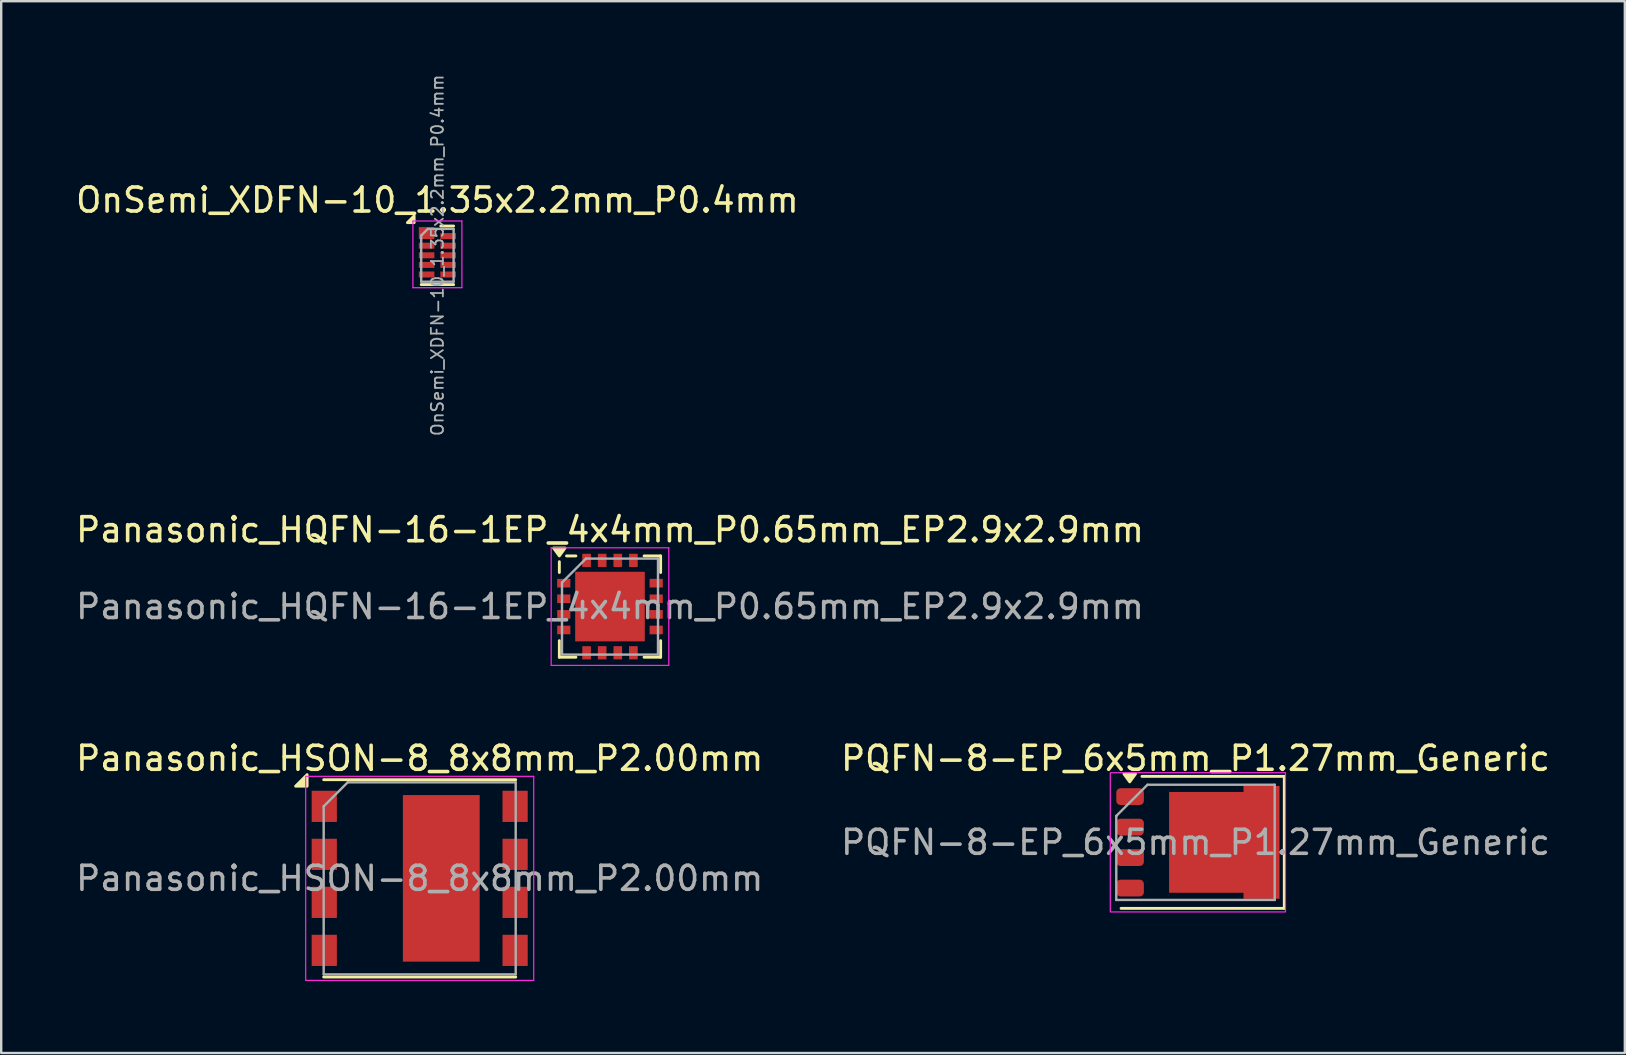
<source format=kicad_pcb>
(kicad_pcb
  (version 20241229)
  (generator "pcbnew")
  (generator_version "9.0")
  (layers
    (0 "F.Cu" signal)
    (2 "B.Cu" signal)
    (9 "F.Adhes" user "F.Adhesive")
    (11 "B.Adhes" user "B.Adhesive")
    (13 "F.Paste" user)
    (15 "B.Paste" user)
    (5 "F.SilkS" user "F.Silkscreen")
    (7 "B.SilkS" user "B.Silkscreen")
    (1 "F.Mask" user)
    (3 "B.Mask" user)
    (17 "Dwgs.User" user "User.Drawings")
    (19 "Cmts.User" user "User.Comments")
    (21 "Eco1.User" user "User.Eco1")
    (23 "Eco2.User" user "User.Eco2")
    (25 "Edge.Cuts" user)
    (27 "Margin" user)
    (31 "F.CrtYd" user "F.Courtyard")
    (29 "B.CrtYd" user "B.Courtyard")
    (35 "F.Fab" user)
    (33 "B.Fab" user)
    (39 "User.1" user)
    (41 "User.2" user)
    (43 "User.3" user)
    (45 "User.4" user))
  (footprint "Panasonic_HSON-8_8x8mm_P2.00mm"
    (layer "F.Cu")
    (at 14.435 33.544)
    (property "Reference" "Panasonic_HSON-8_8x8mm_P2.00mm" (at 0 -5 0) (layer "F.SilkS") (effects (font (size 1 1) (thickness 0.15))))
    (attr smd)
    (fp_line (start 4 -4.11) (end -4 -4.11) (stroke (width 0.12) (type solid)) (layer "F.SilkS"))
    (fp_line (start 4 4.11) (end -4 4.11) (stroke (width 0.12) (type solid)) (layer "F.SilkS"))
    (fp_poly (pts (xy -4.69 -3.84) (xy -5.17 -3.84) (xy -4.69 -4.32) (xy -4.69 -3.84)) (stroke (width 0.12) (type solid)) (fill yes) (layer "F.SilkS"))
    (fp_line (start -4.75 -4.25) (end 4.75 -4.25) (stroke (width 0.05) (type solid)) (layer "F.CrtYd"))
    (fp_line (start -4.75 4.25) (end -4.75 -4.25) (stroke (width 0.05) (type solid)) (layer "F.CrtYd"))
    (fp_line (start -4.75 4.25) (end 4.75 4.25) (stroke (width 0.05) (type solid)) (layer "F.CrtYd"))
    (fp_line (start 4.75 -4.25) (end 4.75 4.25) (stroke (width 0.05) (type solid)) (layer "F.CrtYd"))
    (fp_line (start -4 4) (end -4 -3) (stroke (width 0.1) (type solid)) (layer "F.Fab"))
    (fp_line (start -3 -4) (end -4 -3) (stroke (width 0.1) (type solid)) (layer "F.Fab"))
    (fp_line (start -3 -4) (end 4 -4) (stroke (width 0.1) (type solid)) (layer "F.Fab"))
    (fp_line (start 4 -4) (end 4 4) (stroke (width 0.1) (type solid)) (layer "F.Fab"))
    (fp_line (start 4 4) (end -4 4) (stroke (width 0.1) (type solid)) (layer "F.Fab"))
    (fp_text user "${REFERENCE}" (at 0 0 0) (layer "F.Fab") (effects (font (size 1 1) (thickness 0.15))))
    (pad "" smd rect (at -4 -3) (size 1 1.3) (layers "F.Paste"))
    (pad "" smd rect (at -4 -1) (size 1 1.3) (layers "F.Paste"))
    (pad "" smd rect (at -4 1) (size 1 1.3) (layers "F.Paste"))
    (pad "" smd rect (at -4 3) (size 1 1.3) (layers "F.Paste"))
    (pad "" smd rect (at 0.15 -3) (size 0.9 0.9) (layers "F.Paste"))
    (pad "" smd rect (at 0.15 -1.5) (size 0.9 0.9) (layers "F.Paste"))
    (pad "" smd rect (at 0.15 0) (size 0.9 0.9) (layers "F.Paste"))
    (pad "" smd rect (at 0.15 1.5) (size 0.9 0.9) (layers "F.Paste"))
    (pad "" smd rect (at 0.15 3) (size 0.9 0.9) (layers "F.Paste"))
    (pad "" smd rect (at 1.65 -3) (size 0.9 0.9) (layers "F.Paste"))
    (pad "" smd rect (at 1.65 -1.5) (size 0.9 0.9) (layers "F.Paste"))
    (pad "" smd rect (at 1.65 0) (size 0.9 0.9) (layers "F.Paste"))
    (pad "" smd rect (at 1.65 1.5) (size 0.9 0.9) (layers "F.Paste"))
    (pad "" smd rect (at 1.65 3) (size 0.9 0.9) (layers "F.Paste"))
    (pad "" smd rect (at 4 -3) (size 1 1.3) (layers "F.Paste"))
    (pad "" smd rect (at 4 -1) (size 1 1.3) (layers "F.Paste"))
    (pad "" smd rect (at 4 1) (size 1 1.3) (layers "F.Paste"))
    (pad "" smd rect (at 4 3) (size 1 1.3) (layers "F.Paste"))
    (pad "1" smd rect (at -3.975 -3) (size 1.05 1.3) (layers "F.Cu" "F.Mask"))
    (pad "2" smd rect (at -3.975 -1) (size 1.05 1.3) (layers "F.Cu" "F.Mask"))
    (pad "3" smd rect (at -3.975 1) (size 1.05 1.3) (layers "F.Cu" "F.Mask"))
    (pad "4" smd rect (at -3.975 3) (size 1.05 1.3) (layers "F.Cu" "F.Mask"))
    (pad "5" smd rect (at 3.975 3) (size 1.05 1.3) (layers "F.Cu" "F.Mask"))
    (pad "6" smd rect (at 3.975 1) (size 1.05 1.3) (layers "F.Cu" "F.Mask"))
    (pad "7" smd rect (at 3.975 -1) (size 1.05 1.3) (layers "F.Cu" "F.Mask"))
    (pad "8" smd rect (at 3.975 -3) (size 1.05 1.3) (layers "F.Cu" "F.Mask"))
    (pad "9" smd rect (at 0.9 0) (size 3.2 6.94) (layers "F.Cu" "F.Mask")))
  (footprint "Panasonic_HQFN-16-1EP_4x4mm_P0.65mm_EP2.9x2.9mm"
    (layer "F.Cu")
    (at 22.363 22.221)
    (property "Reference" "Panasonic_HQFN-16-1EP_4x4mm_P0.65mm_EP2.9x2.9mm" (at 0 -3.2 0) (layer "F.SilkS") (effects (font (size 1 1) (thickness 0.15))))
    (attr smd)
    (fp_line (start -2.11 -1.87) (end -2.11 -1.42) (stroke (width 0.12) (type solid)) (layer "F.SilkS"))
    (fp_line (start -2.11 1.42) (end -2.11 2.11) (stroke (width 0.12) (type solid)) (layer "F.SilkS"))
    (fp_line (start -1.42 -2.11) (end -1.81 -2.11) (stroke (width 0.12) (type solid)) (layer "F.SilkS"))
    (fp_line (start -1.42 2.11) (end -2.11 2.11) (stroke (width 0.12) (type solid)) (layer "F.SilkS"))
    (fp_line (start 1.42 -2.11) (end 2.11 -2.11) (stroke (width 0.12) (type solid)) (layer "F.SilkS"))
    (fp_line (start 1.42 2.11) (end 2.11 2.11) (stroke (width 0.12) (type solid)) (layer "F.SilkS"))
    (fp_line (start 2.11 -1.42) (end 2.11 -2.11) (stroke (width 0.12) (type solid)) (layer "F.SilkS"))
    (fp_line (start 2.11 1.42) (end 2.11 2.11) (stroke (width 0.12) (type solid)) (layer "F.SilkS"))
    (fp_poly (pts (xy -2.11 -2.11) (xy -2.35 -2.44) (xy -1.87 -2.44) (xy -2.11 -2.11)) (stroke (width 0.12) (type solid)) (fill yes) (layer "F.SilkS"))
    (fp_line (start -2.45 -2.45) (end 2.45 -2.45) (stroke (width 0.05) (type solid)) (layer "F.CrtYd"))
    (fp_line (start -2.45 2.45) (end -2.45 -2.45) (stroke (width 0.05) (type solid)) (layer "F.CrtYd"))
    (fp_line (start -2.45 2.45) (end 2.45 2.45) (stroke (width 0.05) (type solid)) (layer "F.CrtYd"))
    (fp_line (start 2.45 -2.45) (end 2.45 2.45) (stroke (width 0.05) (type solid)) (layer "F.CrtYd"))
    (fp_line (start -2 2) (end -2 -1) (stroke (width 0.1) (type solid)) (layer "F.Fab"))
    (fp_line (start -1 -2) (end -2 -1) (stroke (width 0.1) (type solid)) (layer "F.Fab"))
    (fp_line (start -1 -2) (end 2 -2) (stroke (width 0.1) (type solid)) (layer "F.Fab"))
    (fp_line (start 2 -2) (end 2 2) (stroke (width 0.1) (type solid)) (layer "F.Fab"))
    (fp_line (start 2 2) (end -2 2) (stroke (width 0.1) (type solid)) (layer "F.Fab"))
    (fp_text user "${REFERENCE}" (at 0 0 0) (layer "F.Fab") (effects (font (size 1 1) (thickness 0.15))))
    (pad "" smd rect (at -1.95 -0.975) (size 0.5 0.36) (layers "F.Paste"))
    (pad "" smd rect (at -1.95 -0.325) (size 0.5 0.36) (layers "F.Paste"))
    (pad "" smd rect (at -1.95 0.325) (size 0.5 0.36) (layers "F.Paste"))
    (pad "" smd rect (at -1.95 0.975) (size 0.5 0.36) (layers "F.Paste"))
    (pad "" smd rect (at -0.975 -1.95) (size 0.36 0.5) (layers "F.Paste"))
    (pad "" smd rect (at -0.975 1.95) (size 0.36 0.5) (layers "F.Paste"))
    (pad "" smd rect (at -0.725 -0.725) (size 1.05 1.05) (layers "F.Paste"))
    (pad "" smd rect (at -0.725 0.725) (size 1.05 1.05) (layers "F.Paste"))
    (pad "" smd rect (at -0.325 -1.95) (size 0.36 0.5) (layers "F.Paste"))
    (pad "" smd rect (at -0.325 1.95) (size 0.36 0.5) (layers "F.Paste"))
    (pad "" smd rect (at 0.325 -1.95) (size 0.36 0.5) (layers "F.Paste"))
    (pad "" smd rect (at 0.325 1.95) (size 0.36 0.5) (layers "F.Paste"))
    (pad "" smd rect (at 0.725 -0.725) (size 1.05 1.05) (layers "F.Paste"))
    (pad "" smd rect (at 0.725 0.725) (size 1.05 1.05) (layers "F.Paste"))
    (pad "" smd rect (at 0.975 -1.95) (size 0.36 0.5) (layers "F.Paste"))
    (pad "" smd rect (at 0.975 1.95) (size 0.36 0.5) (layers "F.Paste"))
    (pad "" smd rect (at 1.95 -0.975) (size 0.5 0.36) (layers "F.Paste"))
    (pad "" smd rect (at 1.95 -0.325) (size 0.5 0.36) (layers "F.Paste"))
    (pad "" smd rect (at 1.95 0.325) (size 0.5 0.36) (layers "F.Paste"))
    (pad "" smd rect (at 1.95 0.975) (size 0.5 0.36) (layers "F.Paste"))
    (pad "1" smd rect (at -1.925 -0.975) (size 0.55 0.36) (layers "F.Cu" "F.Mask"))
    (pad "2" smd rect (at -1.925 -0.325) (size 0.55 0.36) (layers "F.Cu" "F.Mask"))
    (pad "3" smd rect (at -1.925 0.325) (size 0.55 0.36) (layers "F.Cu" "F.Mask"))
    (pad "4" smd rect (at -1.925 0.975) (size 0.55 0.36) (layers "F.Cu" "F.Mask"))
    (pad "5" smd rect (at -0.975 1.925) (size 0.36 0.55) (layers "F.Cu" "F.Mask"))
    (pad "6" smd rect (at -0.325 1.925) (size 0.36 0.55) (layers "F.Cu" "F.Mask"))
    (pad "7" smd rect (at 0.325 1.925) (size 0.36 0.55) (layers "F.Cu" "F.Mask"))
    (pad "8" smd rect (at 0.975 1.925) (size 0.36 0.55) (layers "F.Cu" "F.Mask"))
    (pad "9" smd rect (at 1.925 0.975) (size 0.55 0.36) (layers "F.Cu" "F.Mask"))
    (pad "10" smd rect (at 1.925 0.325) (size 0.55 0.36) (layers "F.Cu" "F.Mask"))
    (pad "11" smd rect (at 1.925 -0.325) (size 0.55 0.36) (layers "F.Cu" "F.Mask"))
    (pad "12" smd rect (at 1.925 -0.975) (size 0.55 0.36) (layers "F.Cu" "F.Mask"))
    (pad "13" smd rect (at 0.975 -1.925) (size 0.36 0.55) (layers "F.Cu" "F.Mask"))
    (pad "14" smd rect (at 0.325 -1.925) (size 0.36 0.55) (layers "F.Cu" "F.Mask"))
    (pad "15" smd rect (at -0.325 -1.925) (size 0.36 0.55) (layers "F.Cu" "F.Mask"))
    (pad "16" smd rect (at -0.975 -1.925) (size 0.36 0.55) (layers "F.Cu" "F.Mask"))
    (pad "17" smd rect (at 0 0) (size 2.9 2.9) (layers "F.Cu" "F.Mask")))
  (footprint "OnSemi_XDFN-10_1.35x2.2mm_P0.4mm"
    (layer "F.Cu")
    (at 15.173 7.586)
    (property "Reference" "OnSemi_XDFN-10_1.35x2.2mm_P0.4mm" (at 0 -2.3 0) (layer "F.SilkS") (effects (font (size 1 1) (thickness 0.15))))
    (attr smd)
    (fp_line (start -0.675 1.22) (end 0.675 1.22) (stroke (width 0.12) (type solid)) (layer "F.SilkS"))
    (fp_line (start 0.14 -1.22) (end 0.675 -1.22) (stroke (width 0.12) (type solid)) (layer "F.SilkS"))
    (fp_poly (pts (xy -0.97 -1.36) (xy -1.25 -1.36) (xy -0.97 -1.64) (xy -0.97 -1.36)) (stroke (width 0.12) (type solid)) (fill yes) (layer "F.SilkS"))
    (fp_line (start -1.02 -1.43) (end -1.02 1.35) (stroke (width 0.05) (type solid)) (layer "F.CrtYd"))
    (fp_line (start -1.02 -1.43) (end 1.02 -1.43) (stroke (width 0.05) (type solid)) (layer "F.CrtYd"))
    (fp_line (start -1.02 1.35) (end 1.02 1.35) (stroke (width 0.05) (type solid)) (layer "F.CrtYd"))
    (fp_line (start 1.02 -1.43) (end 1.02 1.35) (stroke (width 0.05) (type solid)) (layer "F.CrtYd"))
    (fp_line (start -0.675 -0.825) (end -0.4 -1.1) (stroke (width 0.1) (type solid)) (layer "F.Fab"))
    (fp_line (start -0.675 1.1) (end -0.675 -0.825) (stroke (width 0.1) (type solid)) (layer "F.Fab"))
    (fp_line (start -0.4 -1.1) (end 0.675 -1.1) (stroke (width 0.1) (type solid)) (layer "F.Fab"))
    (fp_line (start 0.675 -1.1) (end 0.675 1.1) (stroke (width 0.1) (type solid)) (layer "F.Fab"))
    (fp_line (start 0.675 1.1) (end -0.675 1.1) (stroke (width 0.1) (type solid)) (layer "F.Fab"))
    (fp_text user "${REFERENCE}" (at 0 0 90) (layer "F.Fab") (effects (font (size 0.5 0.5) (thickness 0.075))))
    (pad "1" smd rect (at -0.45 -0.925) (size 0.65 0.5) (layers "F.Cu" "F.Mask" "F.Paste"))
    (pad "2" smd rect (at -0.45 -0.4) (size 0.65 0.25) (layers "F.Cu" "F.Mask" "F.Paste"))
    (pad "3" smd rect (at -0.45 0) (size 0.65 0.25) (layers "F.Cu" "F.Mask" "F.Paste"))
    (pad "4" smd rect (at -0.45 0.4) (size 0.65 0.25) (layers "F.Cu" "F.Mask" "F.Paste"))
    (pad "5" smd rect (at -0.45 0.8) (size 0.65 0.25) (layers "F.Cu" "F.Mask" "F.Paste"))
    (pad "6" smd rect (at 0.45 0.8) (size 0.65 0.25) (layers "F.Cu" "F.Mask" "F.Paste"))
    (pad "7" smd rect (at 0.45 0.4) (size 0.65 0.25) (layers "F.Cu" "F.Mask" "F.Paste"))
    (pad "8" smd rect (at 0.45 0) (size 0.65 0.25) (layers "F.Cu" "F.Mask" "F.Paste"))
    (pad "9" smd rect (at 0.45 -0.4) (size 0.65 0.25) (layers "F.Cu" "F.Mask" "F.Paste"))
    (pad "10" smd rect (at 0.45 -0.8) (size 0.65 0.25) (layers "F.Cu" "F.Mask" "F.Paste")))
  (footprint "PQFN-8-EP_6x5mm_P1.27mm_Generic"
    (layer "F.Cu")
    (at 46.756 32.044)
    (property "Reference" "PQFN-8-EP_6x5mm_P1.27mm_Generic" (at 0 -3.5 0) (layer "F.SilkS") (effects (font (size 1 1) (thickness 0.15))))
    (attr smd)
    (fp_line (start -3.1 2.75) (end 3.7 2.75) (stroke (width 0.12) (type solid)) (layer "F.SilkS"))
    (fp_line (start 3.7 -2.75) (end -2.23 -2.75) (stroke (width 0.12) (type solid)) (layer "F.SilkS"))
    (fp_line (start 3.7 2.75) (end 3.7 -2.75) (stroke (width 0.12) (type solid)) (layer "F.SilkS"))
    (fp_poly (pts (xy -2.74 -2.52) (xy -2.98 -2.85) (xy -2.5 -2.85) (xy -2.74 -2.52)) (stroke (width 0.12) (type solid)) (fill yes) (layer "F.SilkS"))
    (fp_rect (start -3.55 -2.9) (end 3.75 2.9) (stroke (width 0.05) (type solid)) (fill no) (layer "F.CrtYd"))
    (fp_line (start -3.3 -1.1) (end -3.3 2.4) (stroke (width 0.1) (type solid)) (layer "F.Fab"))
    (fp_line (start -3.3 -1.1) (end -2 -2.4) (stroke (width 0.1) (type solid)) (layer "F.Fab"))
    (fp_line (start -3.3 2.4) (end 3.3 2.4) (stroke (width 0.1) (type solid)) (layer "F.Fab"))
    (fp_line (start 3.3 -2.4) (end -2 -2.4) (stroke (width 0.1) (type solid)) (layer "F.Fab"))
    (fp_line (start 3.3 2.4) (end 3.3 -2.4) (stroke (width 0.1) (type solid)) (layer "F.Fab"))
    (fp_text user "${REFERENCE}" (at 0 0 180) (layer "F.Fab") (effects (font (size 1 1) (thickness 0.15))))
    (pad "" smd rect (at -0.55 -1.15 90) (size 0.9 0.6) (layers "F.Paste"))
    (pad "" smd rect (at -0.55 0 90) (size 0.9 0.6) (layers "F.Paste"))
    (pad "" smd rect (at -0.55 1.15 90) (size 0.9 0.6) (layers "F.Paste"))
    (pad "" smd rect (at 0.3 -1.15 90) (size 0.9 0.6) (layers "F.Paste"))
    (pad "" smd rect (at 0.3 0 90) (size 0.9 0.6) (layers "F.Paste"))
    (pad "" smd rect (at 0.3 1.15 90) (size 0.9 0.6) (layers "F.Paste"))
    (pad "" smd rect (at 1.15 -1.15 90) (size 0.9 0.6) (layers "F.Paste"))
    (pad "" smd rect (at 1.15 0 90) (size 0.9 0.6) (layers "F.Paste"))
    (pad "" smd rect (at 1.15 1.15 90) (size 0.9 0.6) (layers "F.Paste"))
    (pad "" smd rect (at 2 -1.15 90) (size 0.9 0.6) (layers "F.Paste"))
    (pad "" smd rect (at 2 0 90) (size 0.9 0.6) (layers "F.Paste"))
    (pad "" smd rect (at 2 1.15 90) (size 0.9 0.6) (layers "F.Paste"))
    (pad "" smd rect (at 3 -1.905 90) (size 0.6 0.9) (layers "F.Paste"))
    (pad "" smd rect (at 3 -0.635 90) (size 0.6 0.9) (layers "F.Paste"))
    (pad "" smd rect (at 3 0.635 90) (size 0.6 0.9) (layers "F.Paste"))
    (pad "" smd rect (at 3 1.905 90) (size 0.6 0.9) (layers "F.Paste"))
    (pad "1" smd roundrect (at -2.725 -1.905 90) (size 0.7 1.15) (layers "F.Cu" "F.Mask" "F.Paste") (roundrect_rratio 0.25))
    (pad "2" smd roundrect (at -2.725 -0.635 90) (size 0.7 1.15) (layers "F.Cu" "F.Mask" "F.Paste") (roundrect_rratio 0.25))
    (pad "3" smd roundrect (at -2.725 0.635 90) (size 0.7 1.15) (layers "F.Cu" "F.Mask" "F.Paste") (roundrect_rratio 0.25))
    (pad "4" smd roundrect (at -2.725 1.905 90) (size 0.7 1.15) (layers "F.Cu" "F.Mask" "F.Paste") (roundrect_rratio 0.25))
    (pad "5" smd custom (at 0 0 90) (size 4 2) (layers "F.Cu" "F.Mask") (options (anchor rect)) (primitives (gr_poly (pts (xy -2.35 3.5) (xy 2.35 3.5) (xy 2.35 2) (xy 2.1 2) (xy 2.1 -1.1) (xy -2.1 -1.1) (xy -2.1 2) (xy -2.35 2)) (width 0) (fill yes)))))
  (gr_rect
    (start -3 -3)
    (end 64.643 40.819)
    (stroke (width 0.1) (type default))
    (fill no)
    (layer "Edge.Cuts")))
</source>
